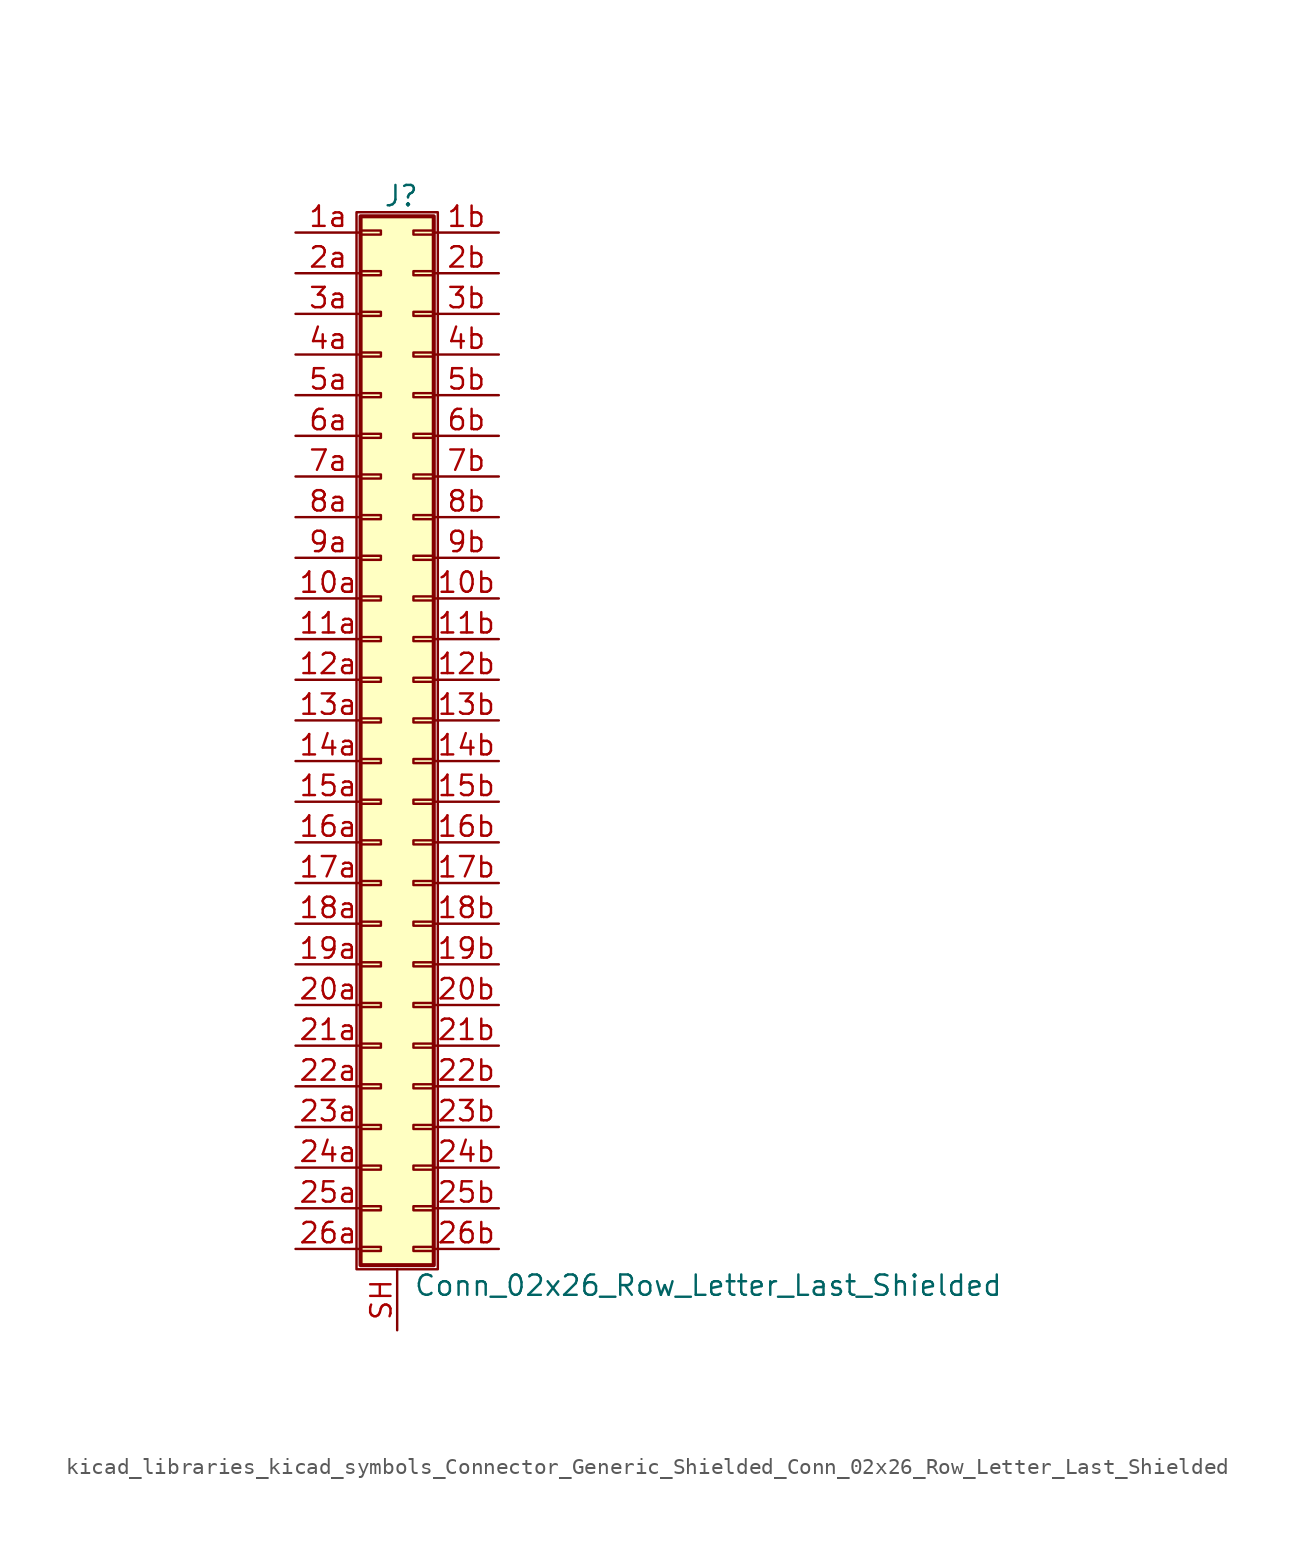
<source format=kicad_sym>
(kicad_symbol_lib
  (version 20220914)
  (generator kicad_symbol_editor)
  (symbol "kicad_libraries_kicad_symbols_Connector_Generic_Shielded_Conn_02x26_Row_Letter_Last_Shielded"
    (pin_names
      (offset 1.016) hide)
    (property "Reference" "J"
      (at 1.524 32.766 0)
      (effects (font (size 1.27 1.27))))
    (property "Value" "Conn_02x26_Row_Letter_Last_Shielded"
      (at 2.286 -35.306 0)
      (effects (font (size 1.27 1.27)) (justify left)))
    (symbol "kicad_libraries_kicad_symbols_Connector_Generic_Shielded_Conn_02x26_Row_Letter_Last_Shielded_1_1"
      (rectangle (start -1.27 31.75) (end 3.81 -34.29) (stroke (width 0.152) (type default)) (fill (type none)))
      (rectangle (start -1.016 -32.893) (end 0.254 -33.147) (stroke (width 0.152) (type default)) (fill (type none)))
      (rectangle (start -1.016 -30.353) (end 0.254 -30.607) (stroke (width 0.152) (type default)) (fill (type none)))
      (rectangle (start -1.016 -27.813) (end 0.254 -28.067) (stroke (width 0.152) (type default)) (fill (type none)))
      (rectangle (start -1.016 -25.273) (end 0.254 -25.527) (stroke (width 0.152) (type default)) (fill (type none)))
      (rectangle (start -1.016 -22.733) (end 0.254 -22.987) (stroke (width 0.152) (type default)) (fill (type none)))
      (rectangle (start -1.016 -20.193) (end 0.254 -20.447) (stroke (width 0.152) (type default)) (fill (type none)))
      (rectangle (start -1.016 -17.653) (end 0.254 -17.907) (stroke (width 0.152) (type default)) (fill (type none)))
      (rectangle (start -1.016 -15.113) (end 0.254 -15.367) (stroke (width 0.152) (type default)) (fill (type none)))
      (rectangle (start -1.016 -12.573) (end 0.254 -12.827) (stroke (width 0.152) (type default)) (fill (type none)))
      (rectangle (start -1.016 -10.033) (end 0.254 -10.287) (stroke (width 0.152) (type default)) (fill (type none)))
      (rectangle (start -1.016 -7.493) (end 0.254 -7.747) (stroke (width 0.152) (type default)) (fill (type none)))
      (rectangle (start -1.016 -4.953) (end 0.254 -5.207) (stroke (width 0.152) (type default)) (fill (type none)))
      (rectangle (start -1.016 -2.413) (end 0.254 -2.667) (stroke (width 0.152) (type default)) (fill (type none)))
      (rectangle (start -1.016 0.127) (end 0.254 -0.127) (stroke (width 0.152) (type default)) (fill (type none)))
      (rectangle (start -1.016 2.667) (end 0.254 2.413) (stroke (width 0.152) (type default)) (fill (type none)))
      (rectangle (start -1.016 5.207) (end 0.254 4.953) (stroke (width 0.152) (type default)) (fill (type none)))
      (rectangle (start -1.016 7.747) (end 0.254 7.493) (stroke (width 0.152) (type default)) (fill (type none)))
      (rectangle (start -1.016 10.287) (end 0.254 10.033) (stroke (width 0.152) (type default)) (fill (type none)))
      (rectangle (start -1.016 12.827) (end 0.254 12.573) (stroke (width 0.152) (type default)) (fill (type none)))
      (rectangle (start -1.016 15.367) (end 0.254 15.113) (stroke (width 0.152) (type default)) (fill (type none)))
      (rectangle (start -1.016 17.907) (end 0.254 17.653) (stroke (width 0.152) (type default)) (fill (type none)))
      (rectangle (start -1.016 20.447) (end 0.254 20.193) (stroke (width 0.152) (type default)) (fill (type none)))
      (rectangle (start -1.016 22.987) (end 0.254 22.733) (stroke (width 0.152) (type default)) (fill (type none)))
      (rectangle (start -1.016 25.527) (end 0.254 25.273) (stroke (width 0.152) (type default)) (fill (type none)))
      (rectangle (start -1.016 28.067) (end 0.254 27.813) (stroke (width 0.152) (type default)) (fill (type none)))
      (rectangle (start -1.016 30.607) (end 0.254 30.353) (stroke (width 0.152) (type default)) (fill (type none)))
      (rectangle (start -1.016 31.496) (end 3.556 -34.036) (stroke (width 0.254) (type default)) (fill (type background)))
      (rectangle (start 3.556 -32.893) (end 2.286 -33.147) (stroke (width 0.152) (type default)) (fill (type none)))
      (rectangle (start 3.556 -30.353) (end 2.286 -30.607) (stroke (width 0.152) (type default)) (fill (type none)))
      (rectangle (start 3.556 -27.813) (end 2.286 -28.067) (stroke (width 0.152) (type default)) (fill (type none)))
      (rectangle (start 3.556 -25.273) (end 2.286 -25.527) (stroke (width 0.152) (type default)) (fill (type none)))
      (rectangle (start 3.556 -22.733) (end 2.286 -22.987) (stroke (width 0.152) (type default)) (fill (type none)))
      (rectangle (start 3.556 -20.193) (end 2.286 -20.447) (stroke (width 0.152) (type default)) (fill (type none)))
      (rectangle (start 3.556 -17.653) (end 2.286 -17.907) (stroke (width 0.152) (type default)) (fill (type none)))
      (rectangle (start 3.556 -15.113) (end 2.286 -15.367) (stroke (width 0.152) (type default)) (fill (type none)))
      (rectangle (start 3.556 -12.573) (end 2.286 -12.827) (stroke (width 0.152) (type default)) (fill (type none)))
      (rectangle (start 3.556 -10.033) (end 2.286 -10.287) (stroke (width 0.152) (type default)) (fill (type none)))
      (rectangle (start 3.556 -7.493) (end 2.286 -7.747) (stroke (width 0.152) (type default)) (fill (type none)))
      (rectangle (start 3.556 -4.953) (end 2.286 -5.207) (stroke (width 0.152) (type default)) (fill (type none)))
      (rectangle (start 3.556 -2.413) (end 2.286 -2.667) (stroke (width 0.152) (type default)) (fill (type none)))
      (rectangle (start 3.556 0.127) (end 2.286 -0.127) (stroke (width 0.152) (type default)) (fill (type none)))
      (rectangle (start 3.556 2.667) (end 2.286 2.413) (stroke (width 0.152) (type default)) (fill (type none)))
      (rectangle (start 3.556 5.207) (end 2.286 4.953) (stroke (width 0.152) (type default)) (fill (type none)))
      (rectangle (start 3.556 7.747) (end 2.286 7.493) (stroke (width 0.152) (type default)) (fill (type none)))
      (rectangle (start 3.556 10.287) (end 2.286 10.033) (stroke (width 0.152) (type default)) (fill (type none)))
      (rectangle (start 3.556 12.827) (end 2.286 12.573) (stroke (width 0.152) (type default)) (fill (type none)))
      (rectangle (start 3.556 15.367) (end 2.286 15.113) (stroke (width 0.152) (type default)) (fill (type none)))
      (rectangle (start 3.556 17.907) (end 2.286 17.653) (stroke (width 0.152) (type default)) (fill (type none)))
      (rectangle (start 3.556 20.447) (end 2.286 20.193) (stroke (width 0.152) (type default)) (fill (type none)))
      (rectangle (start 3.556 22.987) (end 2.286 22.733) (stroke (width 0.152) (type default)) (fill (type none)))
      (rectangle (start 3.556 25.527) (end 2.286 25.273) (stroke (width 0.152) (type default)) (fill (type none)))
      (rectangle (start 3.556 28.067) (end 2.286 27.813) (stroke (width 0.152) (type default)) (fill (type none)))
      (rectangle (start 3.556 30.607) (end 2.286 30.353) (stroke (width 0.152) (type default)) (fill (type none)))
      (pin passive line (at -5.08 7.62 0) (length 4.064) (name "Pin_10a" (effects (font (size 1.27 1.27)))) (number "10a" (effects (font (size 1.27 1.27)))))
      (pin passive line (at 7.62 7.62 180) (length 4.064) (name "Pin_10b" (effects (font (size 1.27 1.27)))) (number "10b" (effects (font (size 1.27 1.27)))))
      (pin passive line (at -5.08 5.08 0) (length 4.064) (name "Pin_11a" (effects (font (size 1.27 1.27)))) (number "11a" (effects (font (size 1.27 1.27)))))
      (pin passive line (at 7.62 5.08 180) (length 4.064) (name "Pin_11b" (effects (font (size 1.27 1.27)))) (number "11b" (effects (font (size 1.27 1.27)))))
      (pin passive line (at -5.08 2.54 0) (length 4.064) (name "Pin_12a" (effects (font (size 1.27 1.27)))) (number "12a" (effects (font (size 1.27 1.27)))))
      (pin passive line (at 7.62 2.54 180) (length 4.064) (name "Pin_12b" (effects (font (size 1.27 1.27)))) (number "12b" (effects (font (size 1.27 1.27)))))
      (pin passive line (at -5.08 0 0) (length 4.064) (name "Pin_13a" (effects (font (size 1.27 1.27)))) (number "13a" (effects (font (size 1.27 1.27)))))
      (pin passive line (at 7.62 0 180) (length 4.064) (name "Pin_13b" (effects (font (size 1.27 1.27)))) (number "13b" (effects (font (size 1.27 1.27)))))
      (pin passive line (at -5.08 -2.54 0) (length 4.064) (name "Pin_14a" (effects (font (size 1.27 1.27)))) (number "14a" (effects (font (size 1.27 1.27)))))
      (pin passive line (at 7.62 -2.54 180) (length 4.064) (name "Pin_14b" (effects (font (size 1.27 1.27)))) (number "14b" (effects (font (size 1.27 1.27)))))
      (pin passive line (at -5.08 -5.08 0) (length 4.064) (name "Pin_15a" (effects (font (size 1.27 1.27)))) (number "15a" (effects (font (size 1.27 1.27)))))
      (pin passive line (at 7.62 -5.08 180) (length 4.064) (name "Pin_15b" (effects (font (size 1.27 1.27)))) (number "15b" (effects (font (size 1.27 1.27)))))
      (pin passive line (at -5.08 -7.62 0) (length 4.064) (name "Pin_16a" (effects (font (size 1.27 1.27)))) (number "16a" (effects (font (size 1.27 1.27)))))
      (pin passive line (at 7.62 -7.62 180) (length 4.064) (name "Pin_16b" (effects (font (size 1.27 1.27)))) (number "16b" (effects (font (size 1.27 1.27)))))
      (pin passive line (at -5.08 -10.16 0) (length 4.064) (name "Pin_17a" (effects (font (size 1.27 1.27)))) (number "17a" (effects (font (size 1.27 1.27)))))
      (pin passive line (at 7.62 -10.16 180) (length 4.064) (name "Pin_17b" (effects (font (size 1.27 1.27)))) (number "17b" (effects (font (size 1.27 1.27)))))
      (pin passive line (at -5.08 -12.7 0) (length 4.064) (name "Pin_18a" (effects (font (size 1.27 1.27)))) (number "18a" (effects (font (size 1.27 1.27)))))
      (pin passive line (at 7.62 -12.7 180) (length 4.064) (name "Pin_18b" (effects (font (size 1.27 1.27)))) (number "18b" (effects (font (size 1.27 1.27)))))
      (pin passive line (at -5.08 -15.24 0) (length 4.064) (name "Pin_19a" (effects (font (size 1.27 1.27)))) (number "19a" (effects (font (size 1.27 1.27)))))
      (pin passive line (at 7.62 -15.24 180) (length 4.064) (name "Pin_19b" (effects (font (size 1.27 1.27)))) (number "19b" (effects (font (size 1.27 1.27)))))
      (pin passive line (at -5.08 30.48 0) (length 4.064) (name "Pin_1a" (effects (font (size 1.27 1.27)))) (number "1a" (effects (font (size 1.27 1.27)))))
      (pin passive line (at 7.62 30.48 180) (length 4.064) (name "Pin_1b" (effects (font (size 1.27 1.27)))) (number "1b" (effects (font (size 1.27 1.27)))))
      (pin passive line (at -5.08 -17.78 0) (length 4.064) (name "Pin_20a" (effects (font (size 1.27 1.27)))) (number "20a" (effects (font (size 1.27 1.27)))))
      (pin passive line (at 7.62 -17.78 180) (length 4.064) (name "Pin_20b" (effects (font (size 1.27 1.27)))) (number "20b" (effects (font (size 1.27 1.27)))))
      (pin passive line (at -5.08 -20.32 0) (length 4.064) (name "Pin_21a" (effects (font (size 1.27 1.27)))) (number "21a" (effects (font (size 1.27 1.27)))))
      (pin passive line (at 7.62 -20.32 180) (length 4.064) (name "Pin_21b" (effects (font (size 1.27 1.27)))) (number "21b" (effects (font (size 1.27 1.27)))))
      (pin passive line (at -5.08 -22.86 0) (length 4.064) (name "Pin_22a" (effects (font (size 1.27 1.27)))) (number "22a" (effects (font (size 1.27 1.27)))))
      (pin passive line (at 7.62 -22.86 180) (length 4.064) (name "Pin_22b" (effects (font (size 1.27 1.27)))) (number "22b" (effects (font (size 1.27 1.27)))))
      (pin passive line (at -5.08 -25.4 0) (length 4.064) (name "Pin_23a" (effects (font (size 1.27 1.27)))) (number "23a" (effects (font (size 1.27 1.27)))))
      (pin passive line (at 7.62 -25.4 180) (length 4.064) (name "Pin_23b" (effects (font (size 1.27 1.27)))) (number "23b" (effects (font (size 1.27 1.27)))))
      (pin passive line (at -5.08 -27.94 0) (length 4.064) (name "Pin_24a" (effects (font (size 1.27 1.27)))) (number "24a" (effects (font (size 1.27 1.27)))))
      (pin passive line (at 7.62 -27.94 180) (length 4.064) (name "Pin_24b" (effects (font (size 1.27 1.27)))) (number "24b" (effects (font (size 1.27 1.27)))))
      (pin passive line (at -5.08 -30.48 0) (length 4.064) (name "Pin_25a" (effects (font (size 1.27 1.27)))) (number "25a" (effects (font (size 1.27 1.27)))))
      (pin passive line (at 7.62 -30.48 180) (length 4.064) (name "Pin_25b" (effects (font (size 1.27 1.27)))) (number "25b" (effects (font (size 1.27 1.27)))))
      (pin passive line (at -5.08 -33.02 0) (length 4.064) (name "Pin_26a" (effects (font (size 1.27 1.27)))) (number "26a" (effects (font (size 1.27 1.27)))))
      (pin passive line (at 7.62 -33.02 180) (length 4.064) (name "Pin_26b" (effects (font (size 1.27 1.27)))) (number "26b" (effects (font (size 1.27 1.27)))))
      (pin passive line (at -5.08 27.94 0) (length 4.064) (name "Pin_2a" (effects (font (size 1.27 1.27)))) (number "2a" (effects (font (size 1.27 1.27)))))
      (pin passive line (at 7.62 27.94 180) (length 4.064) (name "Pin_2b" (effects (font (size 1.27 1.27)))) (number "2b" (effects (font (size 1.27 1.27)))))
      (pin passive line (at -5.08 25.4 0) (length 4.064) (name "Pin_3a" (effects (font (size 1.27 1.27)))) (number "3a" (effects (font (size 1.27 1.27)))))
      (pin passive line (at 7.62 25.4 180) (length 4.064) (name "Pin_3b" (effects (font (size 1.27 1.27)))) (number "3b" (effects (font (size 1.27 1.27)))))
      (pin passive line (at -5.08 22.86 0) (length 4.064) (name "Pin_4a" (effects (font (size 1.27 1.27)))) (number "4a" (effects (font (size 1.27 1.27)))))
      (pin passive line (at 7.62 22.86 180) (length 4.064) (name "Pin_4b" (effects (font (size 1.27 1.27)))) (number "4b" (effects (font (size 1.27 1.27)))))
      (pin passive line (at -5.08 20.32 0) (length 4.064) (name "Pin_5a" (effects (font (size 1.27 1.27)))) (number "5a" (effects (font (size 1.27 1.27)))))
      (pin passive line (at 7.62 20.32 180) (length 4.064) (name "Pin_5b" (effects (font (size 1.27 1.27)))) (number "5b" (effects (font (size 1.27 1.27)))))
      (pin passive line (at -5.08 17.78 0) (length 4.064) (name "Pin_6a" (effects (font (size 1.27 1.27)))) (number "6a" (effects (font (size 1.27 1.27)))))
      (pin passive line (at 7.62 17.78 180) (length 4.064) (name "Pin_6b" (effects (font (size 1.27 1.27)))) (number "6b" (effects (font (size 1.27 1.27)))))
      (pin passive line (at -5.08 15.24 0) (length 4.064) (name "Pin_7a" (effects (font (size 1.27 1.27)))) (number "7a" (effects (font (size 1.27 1.27)))))
      (pin passive line (at 7.62 15.24 180) (length 4.064) (name "Pin_7b" (effects (font (size 1.27 1.27)))) (number "7b" (effects (font (size 1.27 1.27)))))
      (pin passive line (at -5.08 12.7 0) (length 4.064) (name "Pin_8a" (effects (font (size 1.27 1.27)))) (number "8a" (effects (font (size 1.27 1.27)))))
      (pin passive line (at 7.62 12.7 180) (length 4.064) (name "Pin_8b" (effects (font (size 1.27 1.27)))) (number "8b" (effects (font (size 1.27 1.27)))))
      (pin passive line (at -5.08 10.16 0) (length 4.064) (name "Pin_9a" (effects (font (size 1.27 1.27)))) (number "9a" (effects (font (size 1.27 1.27)))))
      (pin passive line (at 7.62 10.16 180) (length 4.064) (name "Pin_9b" (effects (font (size 1.27 1.27)))) (number "9b" (effects (font (size 1.27 1.27)))))
      (pin passive line (at 1.27 -38.1 90) (length 3.81) (name "Shield" (effects (font (size 1.27 1.27)))) (number "SH" (effects (font (size 1.27 1.27))))))))
</source>
